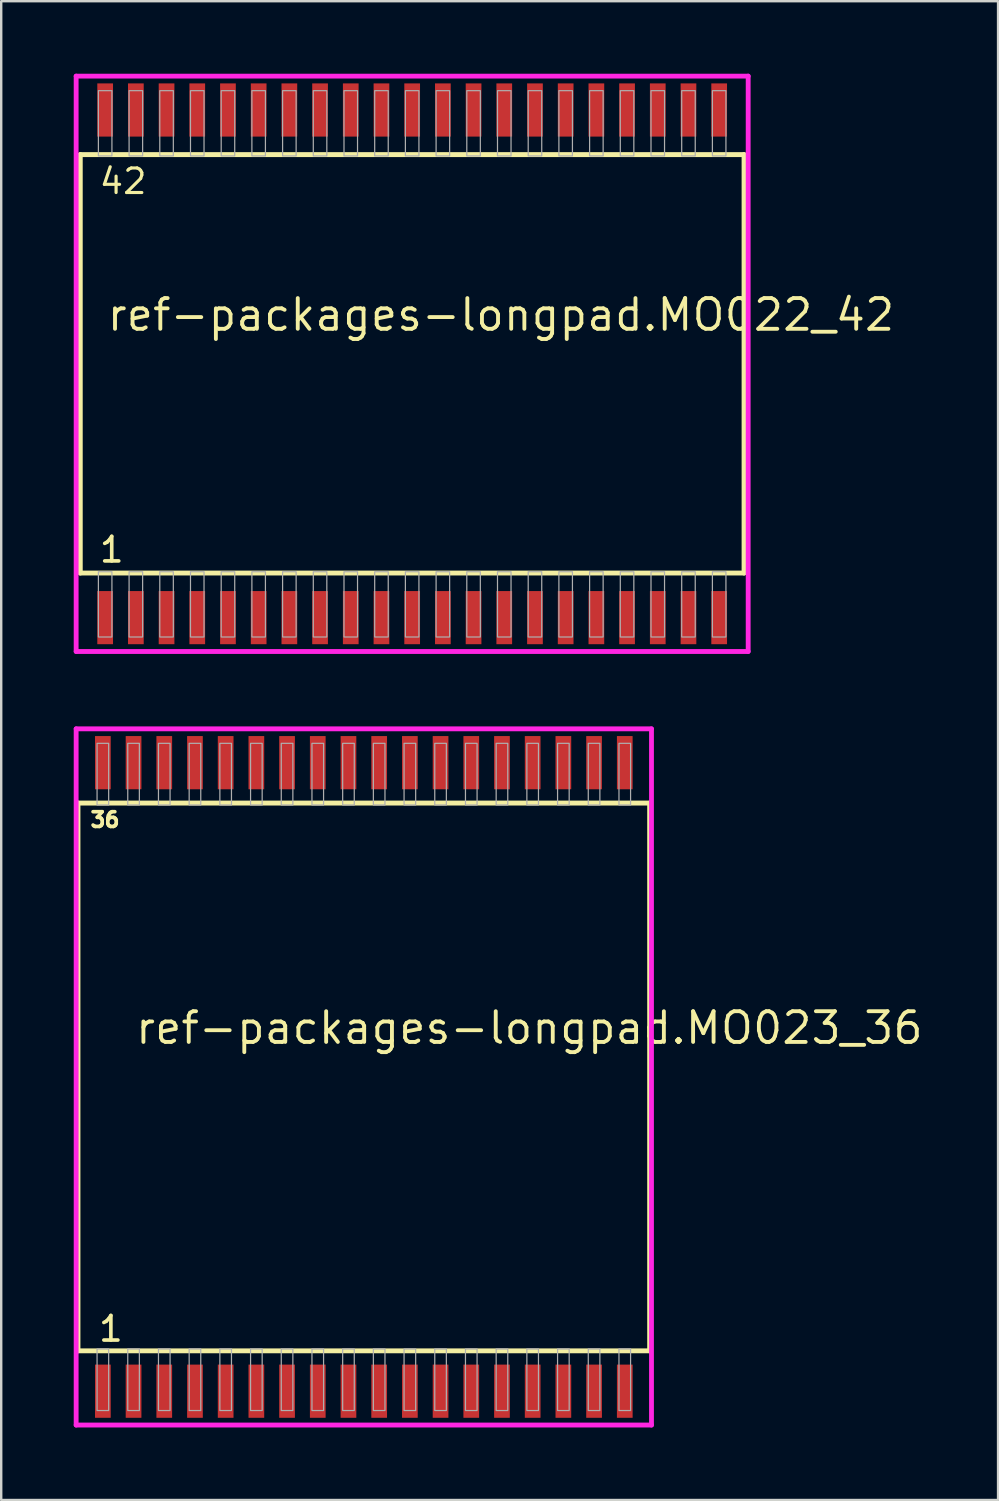
<source format=kicad_pcb>
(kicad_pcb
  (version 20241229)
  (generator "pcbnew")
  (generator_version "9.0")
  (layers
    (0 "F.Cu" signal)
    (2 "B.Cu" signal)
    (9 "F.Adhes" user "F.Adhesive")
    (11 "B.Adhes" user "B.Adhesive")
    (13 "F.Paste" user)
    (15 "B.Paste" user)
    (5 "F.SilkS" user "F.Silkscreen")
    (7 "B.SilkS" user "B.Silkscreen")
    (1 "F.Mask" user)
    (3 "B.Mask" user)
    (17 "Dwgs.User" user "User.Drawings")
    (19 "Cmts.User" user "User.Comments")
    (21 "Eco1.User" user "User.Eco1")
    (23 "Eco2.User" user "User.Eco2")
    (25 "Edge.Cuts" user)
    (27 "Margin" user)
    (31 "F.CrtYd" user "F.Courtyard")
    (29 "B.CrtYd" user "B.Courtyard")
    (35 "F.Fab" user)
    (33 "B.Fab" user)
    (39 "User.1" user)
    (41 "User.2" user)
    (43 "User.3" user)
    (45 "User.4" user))
  (footprint "ref-packages-longpad.MO023_36"
    (layer "F.Cu")
    (at 12 41.5)
    (property "Reference" "ref-packages-longpad.MO023_36" (at -9.525 -1.285 0) (layer "F.SilkS") (effects (font (size 1.27 1.27) (thickness 0.16)) (justify left bottom)))
    (attr smd)
    (fp_line (start -11.825 -11.33) (end 11.825 -11.33) (stroke (width 0.203) (type default)) (layer "F.SilkS"))
    (fp_line (start -11.825 11.33) (end -11.825 -11.33) (stroke (width 0.203) (type default)) (layer "F.SilkS"))
    (fp_line (start 11.825 -11.33) (end 11.825 11.33) (stroke (width 0.203) (type default)) (layer "F.SilkS"))
    (fp_line (start 11.825 11.33) (end -11.825 11.33) (stroke (width 0.203) (type default)) (layer "F.SilkS"))
    (fp_line (start -11.9 -14.4) (end 11.9 -14.4) (stroke (width 0.2) (type default)) (layer "F.CrtYd"))
    (fp_line (start -11.9 14.4) (end -11.9 -14.4) (stroke (width 0.2) (type default)) (layer "F.CrtYd"))
    (fp_line (start 11.9 -14.4) (end 11.9 14.4) (stroke (width 0.2) (type default)) (layer "F.CrtYd"))
    (fp_line (start 11.9 14.4) (end -11.9 14.4) (stroke (width 0.2) (type default)) (layer "F.CrtYd"))
    (fp_rect (start -11.035 -11.25) (end -10.555 -13.8) (stroke (width 0.05) (type default)) (fill no) (layer "F.Fab"))
    (fp_rect (start -11.035 13.8) (end -10.555 11.25) (stroke (width 0.05) (type default)) (fill no) (layer "F.Fab"))
    (fp_rect (start -9.765 -11.25) (end -9.285 -13.8) (stroke (width 0.05) (type default)) (fill no) (layer "F.Fab"))
    (fp_rect (start -9.765 13.8) (end -9.285 11.25) (stroke (width 0.05) (type default)) (fill no) (layer "F.Fab"))
    (fp_rect (start -8.495 -11.25) (end -8.015 -13.8) (stroke (width 0.05) (type default)) (fill no) (layer "F.Fab"))
    (fp_rect (start -8.495 13.8) (end -8.015 11.25) (stroke (width 0.05) (type default)) (fill no) (layer "F.Fab"))
    (fp_rect (start -7.225 -11.25) (end -6.745 -13.8) (stroke (width 0.05) (type default)) (fill no) (layer "F.Fab"))
    (fp_rect (start -7.225 13.8) (end -6.745 11.25) (stroke (width 0.05) (type default)) (fill no) (layer "F.Fab"))
    (fp_rect (start -5.955 -11.25) (end -5.475 -13.8) (stroke (width 0.05) (type default)) (fill no) (layer "F.Fab"))
    (fp_rect (start -5.955 13.8) (end -5.475 11.25) (stroke (width 0.05) (type default)) (fill no) (layer "F.Fab"))
    (fp_rect (start -4.685 -11.25) (end -4.205 -13.8) (stroke (width 0.05) (type default)) (fill no) (layer "F.Fab"))
    (fp_rect (start -4.685 13.8) (end -4.205 11.25) (stroke (width 0.05) (type default)) (fill no) (layer "F.Fab"))
    (fp_rect (start -3.415 -11.25) (end -2.935 -13.8) (stroke (width 0.05) (type default)) (fill no) (layer "F.Fab"))
    (fp_rect (start -3.415 13.8) (end -2.935 11.25) (stroke (width 0.05) (type default)) (fill no) (layer "F.Fab"))
    (fp_rect (start -2.145 -11.25) (end -1.665 -13.8) (stroke (width 0.05) (type default)) (fill no) (layer "F.Fab"))
    (fp_rect (start -2.145 13.8) (end -1.665 11.25) (stroke (width 0.05) (type default)) (fill no) (layer "F.Fab"))
    (fp_rect (start -0.875 -11.25) (end -0.395 -13.8) (stroke (width 0.05) (type default)) (fill no) (layer "F.Fab"))
    (fp_rect (start -0.875 13.8) (end -0.395 11.25) (stroke (width 0.05) (type default)) (fill no) (layer "F.Fab"))
    (fp_rect (start 0.395 -11.25) (end 0.875 -13.8) (stroke (width 0.05) (type default)) (fill no) (layer "F.Fab"))
    (fp_rect (start 0.395 13.8) (end 0.875 11.25) (stroke (width 0.05) (type default)) (fill no) (layer "F.Fab"))
    (fp_rect (start 1.665 -11.25) (end 2.145 -13.8) (stroke (width 0.05) (type default)) (fill no) (layer "F.Fab"))
    (fp_rect (start 1.665 13.8) (end 2.145 11.25) (stroke (width 0.05) (type default)) (fill no) (layer "F.Fab"))
    (fp_rect (start 2.935 -11.25) (end 3.415 -13.8) (stroke (width 0.05) (type default)) (fill no) (layer "F.Fab"))
    (fp_rect (start 2.935 13.8) (end 3.415 11.25) (stroke (width 0.05) (type default)) (fill no) (layer "F.Fab"))
    (fp_rect (start 4.205 -11.25) (end 4.685 -13.8) (stroke (width 0.05) (type default)) (fill no) (layer "F.Fab"))
    (fp_rect (start 4.205 13.8) (end 4.685 11.25) (stroke (width 0.05) (type default)) (fill no) (layer "F.Fab"))
    (fp_rect (start 5.475 -11.25) (end 5.955 -13.8) (stroke (width 0.05) (type default)) (fill no) (layer "F.Fab"))
    (fp_rect (start 5.475 13.8) (end 5.955 11.25) (stroke (width 0.05) (type default)) (fill no) (layer "F.Fab"))
    (fp_rect (start 6.745 -11.25) (end 7.225 -13.8) (stroke (width 0.05) (type default)) (fill no) (layer "F.Fab"))
    (fp_rect (start 6.745 13.8) (end 7.225 11.25) (stroke (width 0.05) (type default)) (fill no) (layer "F.Fab"))
    (fp_rect (start 8.015 -11.25) (end 8.495 -13.8) (stroke (width 0.05) (type default)) (fill no) (layer "F.Fab"))
    (fp_rect (start 8.015 13.8) (end 8.495 11.25) (stroke (width 0.05) (type default)) (fill no) (layer "F.Fab"))
    (fp_rect (start 9.285 -11.25) (end 9.765 -13.8) (stroke (width 0.05) (type default)) (fill no) (layer "F.Fab"))
    (fp_rect (start 9.285 13.8) (end 9.765 11.25) (stroke (width 0.05) (type default)) (fill no) (layer "F.Fab"))
    (fp_rect (start 10.555 -11.25) (end 11.035 -13.8) (stroke (width 0.05) (type default)) (fill no) (layer "F.Fab"))
    (fp_rect (start 10.555 13.8) (end 11.035 11.25) (stroke (width 0.05) (type default)) (fill no) (layer "F.Fab"))
    (fp_text user "1" (at -11.046 11.015 0) (layer "F.SilkS") (effects (font (size 1.016 1.016) (thickness 0.15)) (justify left bottom)))
    (fp_text user "36" (at -11.386 -10.28 0) (layer "F.SilkS") (effects (font (size 0.61 0.61) (thickness 0.15)) (justify left bottom)))
    (pad "1" smd roundrect (at -10.795 13) (size 0.65 2.2) (layers "F.Cu" "F.Mask" "F.Paste") (roundrect_rratio 0.01))
    (pad "2" smd roundrect (at -9.525 13) (size 0.65 2.2) (layers "F.Cu" "F.Mask" "F.Paste") (roundrect_rratio 0.01))
    (pad "3" smd roundrect (at -8.255 13) (size 0.65 2.2) (layers "F.Cu" "F.Mask" "F.Paste") (roundrect_rratio 0.01))
    (pad "4" smd roundrect (at -6.985 13) (size 0.65 2.2) (layers "F.Cu" "F.Mask" "F.Paste") (roundrect_rratio 0.01))
    (pad "5" smd roundrect (at -5.715 13) (size 0.65 2.2) (layers "F.Cu" "F.Mask" "F.Paste") (roundrect_rratio 0.01))
    (pad "6" smd roundrect (at -4.445 13) (size 0.65 2.2) (layers "F.Cu" "F.Mask" "F.Paste") (roundrect_rratio 0.01))
    (pad "7" smd roundrect (at -3.175 13) (size 0.65 2.2) (layers "F.Cu" "F.Mask" "F.Paste") (roundrect_rratio 0.01))
    (pad "8" smd roundrect (at -1.905 13) (size 0.65 2.2) (layers "F.Cu" "F.Mask" "F.Paste") (roundrect_rratio 0.01))
    (pad "9" smd roundrect (at -0.635 13) (size 0.65 2.2) (layers "F.Cu" "F.Mask" "F.Paste") (roundrect_rratio 0.01))
    (pad "10" smd roundrect (at 0.635 13) (size 0.65 2.2) (layers "F.Cu" "F.Mask" "F.Paste") (roundrect_rratio 0.01))
    (pad "11" smd roundrect (at 1.905 13) (size 0.65 2.2) (layers "F.Cu" "F.Mask" "F.Paste") (roundrect_rratio 0.01))
    (pad "12" smd roundrect (at 3.175 13) (size 0.65 2.2) (layers "F.Cu" "F.Mask" "F.Paste") (roundrect_rratio 0.01))
    (pad "13" smd roundrect (at 4.445 13) (size 0.65 2.2) (layers "F.Cu" "F.Mask" "F.Paste") (roundrect_rratio 0.01))
    (pad "14" smd roundrect (at 5.715 13) (size 0.65 2.2) (layers "F.Cu" "F.Mask" "F.Paste") (roundrect_rratio 0.01))
    (pad "15" smd roundrect (at 6.985 13) (size 0.65 2.2) (layers "F.Cu" "F.Mask" "F.Paste") (roundrect_rratio 0.01))
    (pad "16" smd roundrect (at 8.255 13) (size 0.65 2.2) (layers "F.Cu" "F.Mask" "F.Paste") (roundrect_rratio 0.01))
    (pad "17" smd roundrect (at 9.525 13) (size 0.65 2.2) (layers "F.Cu" "F.Mask" "F.Paste") (roundrect_rratio 0.01))
    (pad "18" smd roundrect (at 10.795 13) (size 0.65 2.2) (layers "F.Cu" "F.Mask" "F.Paste") (roundrect_rratio 0.01))
    (pad "19" smd roundrect (at 10.795 -13) (size 0.65 2.2) (layers "F.Cu" "F.Mask" "F.Paste") (roundrect_rratio 0.01))
    (pad "20" smd roundrect (at 9.525 -13) (size 0.65 2.2) (layers "F.Cu" "F.Mask" "F.Paste") (roundrect_rratio 0.01))
    (pad "21" smd roundrect (at 8.255 -13) (size 0.65 2.2) (layers "F.Cu" "F.Mask" "F.Paste") (roundrect_rratio 0.01))
    (pad "22" smd roundrect (at 6.985 -13) (size 0.65 2.2) (layers "F.Cu" "F.Mask" "F.Paste") (roundrect_rratio 0.01))
    (pad "23" smd roundrect (at 5.715 -13) (size 0.65 2.2) (layers "F.Cu" "F.Mask" "F.Paste") (roundrect_rratio 0.01))
    (pad "24" smd roundrect (at 4.445 -13) (size 0.65 2.2) (layers "F.Cu" "F.Mask" "F.Paste") (roundrect_rratio 0.01))
    (pad "25" smd roundrect (at 3.175 -13) (size 0.65 2.2) (layers "F.Cu" "F.Mask" "F.Paste") (roundrect_rratio 0.01))
    (pad "26" smd roundrect (at 1.905 -13) (size 0.65 2.2) (layers "F.Cu" "F.Mask" "F.Paste") (roundrect_rratio 0.01))
    (pad "27" smd roundrect (at 0.635 -13) (size 0.65 2.2) (layers "F.Cu" "F.Mask" "F.Paste") (roundrect_rratio 0.01))
    (pad "28" smd roundrect (at -0.635 -13) (size 0.65 2.2) (layers "F.Cu" "F.Mask" "F.Paste") (roundrect_rratio 0.01))
    (pad "29" smd roundrect (at -1.905 -13) (size 0.65 2.2) (layers "F.Cu" "F.Mask" "F.Paste") (roundrect_rratio 0.01))
    (pad "30" smd roundrect (at -3.175 -13) (size 0.65 2.2) (layers "F.Cu" "F.Mask" "F.Paste") (roundrect_rratio 0.01))
    (pad "31" smd roundrect (at -4.445 -13) (size 0.65 2.2) (layers "F.Cu" "F.Mask" "F.Paste") (roundrect_rratio 0.01))
    (pad "32" smd roundrect (at -5.715 -13) (size 0.65 2.2) (layers "F.Cu" "F.Mask" "F.Paste") (roundrect_rratio 0.01))
    (pad "33" smd roundrect (at -6.985 -13) (size 0.65 2.2) (layers "F.Cu" "F.Mask" "F.Paste") (roundrect_rratio 0.01))
    (pad "34" smd roundrect (at -8.255 -13) (size 0.65 2.2) (layers "F.Cu" "F.Mask" "F.Paste") (roundrect_rratio 0.01))
    (pad "35" smd roundrect (at -9.525 -13) (size 0.65 2.2) (layers "F.Cu" "F.Mask" "F.Paste") (roundrect_rratio 0.01))
    (pad "36" smd roundrect (at -10.795 -13) (size 0.65 2.2) (layers "F.Cu" "F.Mask" "F.Paste") (roundrect_rratio 0.01)))
  (footprint "ref-packages-longpad.MO022_42"
    (layer "F.Cu")
    (at 14 12)
    (property "Reference" "ref-packages-longpad.MO022_42" (at -12.7 -1.285 0) (layer "F.SilkS") (effects (font (size 1.27 1.27) (thickness 0.16)) (justify left bottom)))
    (attr smd)
    (fp_line (start -13.73 -8.655) (end 13.73 -8.655) (stroke (width 0.203) (type default)) (layer "F.SilkS"))
    (fp_line (start -13.73 8.655) (end -13.73 -8.655) (stroke (width 0.203) (type default)) (layer "F.SilkS"))
    (fp_line (start 13.73 -8.655) (end 13.73 8.655) (stroke (width 0.203) (type default)) (layer "F.SilkS"))
    (fp_line (start 13.73 8.655) (end -13.73 8.655) (stroke (width 0.203) (type default)) (layer "F.SilkS"))
    (fp_line (start -13.9 -11.9) (end 13.9 -11.9) (stroke (width 0.2) (type default)) (layer "F.CrtYd"))
    (fp_line (start -13.9 11.9) (end -13.9 -11.9) (stroke (width 0.2) (type default)) (layer "F.CrtYd"))
    (fp_line (start 13.9 -11.9) (end 13.9 11.9) (stroke (width 0.2) (type default)) (layer "F.CrtYd"))
    (fp_line (start 13.9 11.9) (end -13.9 11.9) (stroke (width 0.2) (type default)) (layer "F.CrtYd"))
    (fp_rect (start -12.98 -8.6) (end -12.42 -11.3) (stroke (width 0.05) (type default)) (fill no) (layer "F.Fab"))
    (fp_rect (start -12.98 11.3) (end -12.42 8.6) (stroke (width 0.05) (type default)) (fill no) (layer "F.Fab"))
    (fp_rect (start -11.71 -8.6) (end -11.15 -11.3) (stroke (width 0.05) (type default)) (fill no) (layer "F.Fab"))
    (fp_rect (start -11.71 11.3) (end -11.15 8.6) (stroke (width 0.05) (type default)) (fill no) (layer "F.Fab"))
    (fp_rect (start -10.44 -8.6) (end -9.88 -11.3) (stroke (width 0.05) (type default)) (fill no) (layer "F.Fab"))
    (fp_rect (start -10.44 11.3) (end -9.88 8.6) (stroke (width 0.05) (type default)) (fill no) (layer "F.Fab"))
    (fp_rect (start -9.17 -8.6) (end -8.61 -11.3) (stroke (width 0.05) (type default)) (fill no) (layer "F.Fab"))
    (fp_rect (start -9.17 11.3) (end -8.61 8.6) (stroke (width 0.05) (type default)) (fill no) (layer "F.Fab"))
    (fp_rect (start -7.9 -8.6) (end -7.34 -11.3) (stroke (width 0.05) (type default)) (fill no) (layer "F.Fab"))
    (fp_rect (start -7.9 11.3) (end -7.34 8.6) (stroke (width 0.05) (type default)) (fill no) (layer "F.Fab"))
    (fp_rect (start -6.63 -8.6) (end -6.07 -11.3) (stroke (width 0.05) (type default)) (fill no) (layer "F.Fab"))
    (fp_rect (start -6.63 11.3) (end -6.07 8.6) (stroke (width 0.05) (type default)) (fill no) (layer "F.Fab"))
    (fp_rect (start -5.36 -8.6) (end -4.8 -11.3) (stroke (width 0.05) (type default)) (fill no) (layer "F.Fab"))
    (fp_rect (start -5.36 11.3) (end -4.8 8.6) (stroke (width 0.05) (type default)) (fill no) (layer "F.Fab"))
    (fp_rect (start -4.09 -8.6) (end -3.53 -11.3) (stroke (width 0.05) (type default)) (fill no) (layer "F.Fab"))
    (fp_rect (start -4.09 11.3) (end -3.53 8.6) (stroke (width 0.05) (type default)) (fill no) (layer "F.Fab"))
    (fp_rect (start -2.82 -8.6) (end -2.26 -11.3) (stroke (width 0.05) (type default)) (fill no) (layer "F.Fab"))
    (fp_rect (start -2.82 11.3) (end -2.26 8.6) (stroke (width 0.05) (type default)) (fill no) (layer "F.Fab"))
    (fp_rect (start -1.55 -8.6) (end -0.99 -11.3) (stroke (width 0.05) (type default)) (fill no) (layer "F.Fab"))
    (fp_rect (start -1.55 11.3) (end -0.99 8.6) (stroke (width 0.05) (type default)) (fill no) (layer "F.Fab"))
    (fp_rect (start -0.28 -8.6) (end 0.28 -11.3) (stroke (width 0.05) (type default)) (fill no) (layer "F.Fab"))
    (fp_rect (start -0.28 11.3) (end 0.28 8.6) (stroke (width 0.05) (type default)) (fill no) (layer "F.Fab"))
    (fp_rect (start 0.99 -8.6) (end 1.55 -11.3) (stroke (width 0.05) (type default)) (fill no) (layer "F.Fab"))
    (fp_rect (start 0.99 11.3) (end 1.55 8.6) (stroke (width 0.05) (type default)) (fill no) (layer "F.Fab"))
    (fp_rect (start 2.26 -8.6) (end 2.82 -11.3) (stroke (width 0.05) (type default)) (fill no) (layer "F.Fab"))
    (fp_rect (start 2.26 11.3) (end 2.82 8.6) (stroke (width 0.05) (type default)) (fill no) (layer "F.Fab"))
    (fp_rect (start 3.53 -8.6) (end 4.09 -11.3) (stroke (width 0.05) (type default)) (fill no) (layer "F.Fab"))
    (fp_rect (start 3.53 11.3) (end 4.09 8.6) (stroke (width 0.05) (type default)) (fill no) (layer "F.Fab"))
    (fp_rect (start 4.8 -8.6) (end 5.36 -11.3) (stroke (width 0.05) (type default)) (fill no) (layer "F.Fab"))
    (fp_rect (start 4.8 11.3) (end 5.36 8.6) (stroke (width 0.05) (type default)) (fill no) (layer "F.Fab"))
    (fp_rect (start 6.07 -8.6) (end 6.63 -11.3) (stroke (width 0.05) (type default)) (fill no) (layer "F.Fab"))
    (fp_rect (start 6.07 11.3) (end 6.63 8.6) (stroke (width 0.05) (type default)) (fill no) (layer "F.Fab"))
    (fp_rect (start 7.34 -8.6) (end 7.9 -11.3) (stroke (width 0.05) (type default)) (fill no) (layer "F.Fab"))
    (fp_rect (start 7.34 11.3) (end 7.9 8.6) (stroke (width 0.05) (type default)) (fill no) (layer "F.Fab"))
    (fp_rect (start 8.61 -8.6) (end 9.17 -11.3) (stroke (width 0.05) (type default)) (fill no) (layer "F.Fab"))
    (fp_rect (start 8.61 11.3) (end 9.17 8.6) (stroke (width 0.05) (type default)) (fill no) (layer "F.Fab"))
    (fp_rect (start 9.88 -8.6) (end 10.44 -11.3) (stroke (width 0.05) (type default)) (fill no) (layer "F.Fab"))
    (fp_rect (start 9.88 11.3) (end 10.44 8.6) (stroke (width 0.05) (type default)) (fill no) (layer "F.Fab"))
    (fp_rect (start 11.15 -8.6) (end 11.71 -11.3) (stroke (width 0.05) (type default)) (fill no) (layer "F.Fab"))
    (fp_rect (start 11.15 11.3) (end 11.71 8.6) (stroke (width 0.05) (type default)) (fill no) (layer "F.Fab"))
    (fp_rect (start 12.42 -8.6) (end 12.98 -11.3) (stroke (width 0.05) (type default)) (fill no) (layer "F.Fab"))
    (fp_rect (start 12.42 11.3) (end 12.98 8.6) (stroke (width 0.05) (type default)) (fill no) (layer "F.Fab"))
    (fp_text user "1" (at -13.011 8.285 0) (layer "F.SilkS") (effects (font (size 1.016 1.016) (thickness 0.15)) (justify left bottom)))
    (fp_text user "42" (at -13.011 -6.955 0) (layer "F.SilkS") (effects (font (size 1.016 1.016) (thickness 0.13)) (justify left bottom)))
    (pad "1" smd roundrect (at -12.7 10.5) (size 0.65 2.2) (layers "F.Cu" "F.Mask" "F.Paste") (roundrect_rratio 0.01))
    (pad "2" smd roundrect (at -11.43 10.5) (size 0.65 2.2) (layers "F.Cu" "F.Mask" "F.Paste") (roundrect_rratio 0.01))
    (pad "3" smd roundrect (at -10.16 10.5) (size 0.65 2.2) (layers "F.Cu" "F.Mask" "F.Paste") (roundrect_rratio 0.01))
    (pad "4" smd roundrect (at -8.89 10.5) (size 0.65 2.2) (layers "F.Cu" "F.Mask" "F.Paste") (roundrect_rratio 0.01))
    (pad "5" smd roundrect (at -7.62 10.5) (size 0.65 2.2) (layers "F.Cu" "F.Mask" "F.Paste") (roundrect_rratio 0.01))
    (pad "6" smd roundrect (at -6.35 10.5) (size 0.65 2.2) (layers "F.Cu" "F.Mask" "F.Paste") (roundrect_rratio 0.01))
    (pad "7" smd roundrect (at -5.08 10.5) (size 0.65 2.2) (layers "F.Cu" "F.Mask" "F.Paste") (roundrect_rratio 0.01))
    (pad "8" smd roundrect (at -3.81 10.5) (size 0.65 2.2) (layers "F.Cu" "F.Mask" "F.Paste") (roundrect_rratio 0.01))
    (pad "9" smd roundrect (at -2.54 10.5) (size 0.65 2.2) (layers "F.Cu" "F.Mask" "F.Paste") (roundrect_rratio 0.01))
    (pad "10" smd roundrect (at -1.27 10.5) (size 0.65 2.2) (layers "F.Cu" "F.Mask" "F.Paste") (roundrect_rratio 0.01))
    (pad "11" smd roundrect (at 0 10.5) (size 0.65 2.2) (layers "F.Cu" "F.Mask" "F.Paste") (roundrect_rratio 0.01))
    (pad "12" smd roundrect (at 1.27 10.5) (size 0.65 2.2) (layers "F.Cu" "F.Mask" "F.Paste") (roundrect_rratio 0.01))
    (pad "13" smd roundrect (at 2.54 10.5) (size 0.65 2.2) (layers "F.Cu" "F.Mask" "F.Paste") (roundrect_rratio 0.01))
    (pad "14" smd roundrect (at 3.81 10.5) (size 0.65 2.2) (layers "F.Cu" "F.Mask" "F.Paste") (roundrect_rratio 0.01))
    (pad "15" smd roundrect (at 5.08 10.5) (size 0.65 2.2) (layers "F.Cu" "F.Mask" "F.Paste") (roundrect_rratio 0.01))
    (pad "16" smd roundrect (at 6.35 10.5) (size 0.65 2.2) (layers "F.Cu" "F.Mask" "F.Paste") (roundrect_rratio 0.01))
    (pad "17" smd roundrect (at 7.62 10.5) (size 0.65 2.2) (layers "F.Cu" "F.Mask" "F.Paste") (roundrect_rratio 0.01))
    (pad "18" smd roundrect (at 8.89 10.5) (size 0.65 2.2) (layers "F.Cu" "F.Mask" "F.Paste") (roundrect_rratio 0.01))
    (pad "19" smd roundrect (at 10.16 10.5) (size 0.65 2.2) (layers "F.Cu" "F.Mask" "F.Paste") (roundrect_rratio 0.01))
    (pad "20" smd roundrect (at 11.43 10.5) (size 0.65 2.2) (layers "F.Cu" "F.Mask" "F.Paste") (roundrect_rratio 0.01))
    (pad "21" smd roundrect (at 12.7 10.5) (size 0.65 2.2) (layers "F.Cu" "F.Mask" "F.Paste") (roundrect_rratio 0.01))
    (pad "22" smd roundrect (at 12.7 -10.5) (size 0.65 2.2) (layers "F.Cu" "F.Mask" "F.Paste") (roundrect_rratio 0.01))
    (pad "23" smd roundrect (at 11.43 -10.5) (size 0.65 2.2) (layers "F.Cu" "F.Mask" "F.Paste") (roundrect_rratio 0.01))
    (pad "24" smd roundrect (at 10.16 -10.5) (size 0.65 2.2) (layers "F.Cu" "F.Mask" "F.Paste") (roundrect_rratio 0.01))
    (pad "25" smd roundrect (at 8.89 -10.5) (size 0.65 2.2) (layers "F.Cu" "F.Mask" "F.Paste") (roundrect_rratio 0.01))
    (pad "26" smd roundrect (at 7.62 -10.5) (size 0.65 2.2) (layers "F.Cu" "F.Mask" "F.Paste") (roundrect_rratio 0.01))
    (pad "27" smd roundrect (at 6.35 -10.5) (size 0.65 2.2) (layers "F.Cu" "F.Mask" "F.Paste") (roundrect_rratio 0.01))
    (pad "28" smd roundrect (at 5.08 -10.5) (size 0.65 2.2) (layers "F.Cu" "F.Mask" "F.Paste") (roundrect_rratio 0.01))
    (pad "29" smd roundrect (at 3.81 -10.5) (size 0.65 2.2) (layers "F.Cu" "F.Mask" "F.Paste") (roundrect_rratio 0.01))
    (pad "30" smd roundrect (at 2.54 -10.5) (size 0.65 2.2) (layers "F.Cu" "F.Mask" "F.Paste") (roundrect_rratio 0.01))
    (pad "31" smd roundrect (at 1.27 -10.5) (size 0.65 2.2) (layers "F.Cu" "F.Mask" "F.Paste") (roundrect_rratio 0.01))
    (pad "32" smd roundrect (at 0 -10.5) (size 0.65 2.2) (layers "F.Cu" "F.Mask" "F.Paste") (roundrect_rratio 0.01))
    (pad "33" smd roundrect (at -1.27 -10.5) (size 0.65 2.2) (layers "F.Cu" "F.Mask" "F.Paste") (roundrect_rratio 0.01))
    (pad "34" smd roundrect (at -2.54 -10.5) (size 0.65 2.2) (layers "F.Cu" "F.Mask" "F.Paste") (roundrect_rratio 0.01))
    (pad "35" smd roundrect (at -3.81 -10.5) (size 0.65 2.2) (layers "F.Cu" "F.Mask" "F.Paste") (roundrect_rratio 0.01))
    (pad "36" smd roundrect (at -5.08 -10.5) (size 0.65 2.2) (layers "F.Cu" "F.Mask" "F.Paste") (roundrect_rratio 0.01))
    (pad "37" smd roundrect (at -6.35 -10.5) (size 0.65 2.2) (layers "F.Cu" "F.Mask" "F.Paste") (roundrect_rratio 0.01))
    (pad "38" smd roundrect (at -7.62 -10.5) (size 0.65 2.2) (layers "F.Cu" "F.Mask" "F.Paste") (roundrect_rratio 0.01))
    (pad "39" smd roundrect (at -8.89 -10.5) (size 0.65 2.2) (layers "F.Cu" "F.Mask" "F.Paste") (roundrect_rratio 0.01))
    (pad "40" smd roundrect (at -10.16 -10.5) (size 0.65 2.2) (layers "F.Cu" "F.Mask" "F.Paste") (roundrect_rratio 0.01))
    (pad "41" smd roundrect (at -11.43 -10.5) (size 0.65 2.2) (layers "F.Cu" "F.Mask" "F.Paste") (roundrect_rratio 0.01))
    (pad "42" smd roundrect (at -12.7 -10.5) (size 0.65 2.2) (layers "F.Cu" "F.Mask" "F.Paste") (roundrect_rratio 0.01)))
  (gr_rect
    (start -3 -3)
    (end 38.237 59)
    (stroke (width 0.1) (type default))
    (fill no)
    (layer "Edge.Cuts")))
</source>
